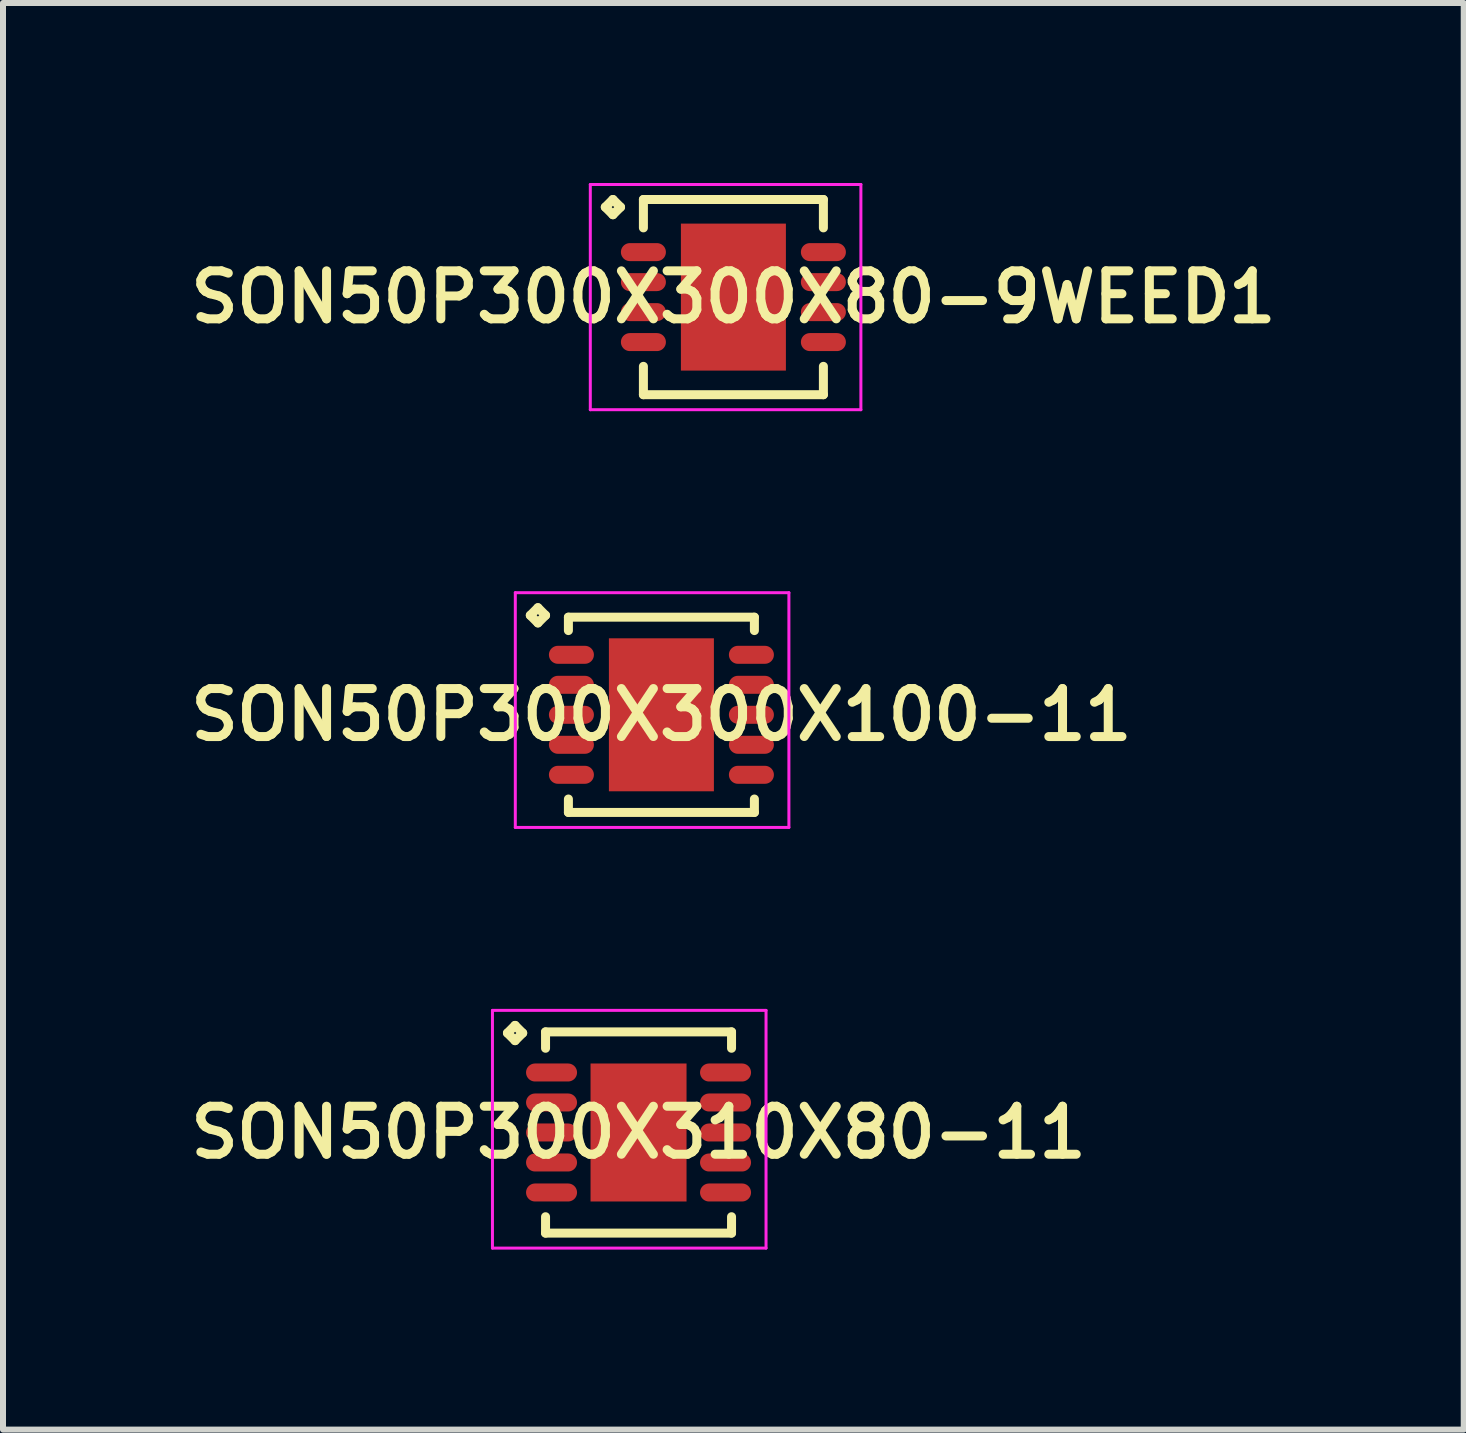
<source format=kicad_pcb>
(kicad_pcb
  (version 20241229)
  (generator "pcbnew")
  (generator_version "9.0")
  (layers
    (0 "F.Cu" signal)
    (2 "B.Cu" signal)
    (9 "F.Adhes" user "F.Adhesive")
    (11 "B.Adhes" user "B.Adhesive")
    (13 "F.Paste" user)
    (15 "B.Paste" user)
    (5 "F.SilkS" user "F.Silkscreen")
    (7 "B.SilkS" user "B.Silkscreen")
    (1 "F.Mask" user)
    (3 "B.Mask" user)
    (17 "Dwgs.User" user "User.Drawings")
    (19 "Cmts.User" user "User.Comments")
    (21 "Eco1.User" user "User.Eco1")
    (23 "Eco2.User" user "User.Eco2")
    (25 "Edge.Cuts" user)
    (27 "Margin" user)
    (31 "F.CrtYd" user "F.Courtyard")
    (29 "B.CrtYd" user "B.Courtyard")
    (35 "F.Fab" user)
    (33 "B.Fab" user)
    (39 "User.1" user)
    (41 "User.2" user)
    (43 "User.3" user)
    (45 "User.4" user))
  (footprint "SON50P300X300X80-9WEED1"
    (layer "F.Cu")
    (at 9.174 1.902)
    (property "Reference" "SON50P300X300X80-9WEED1" (at 0 0 0) (layer "F.SilkS") (effects (font (size 0.8 0.8) (thickness 0.15))))
    (attr smd)
    (fp_line (start -2.135 -1.5) (end -2.008 -1.627) (stroke (width 0.15) (type solid)) (layer "F.SilkS"))
    (fp_line (start -2.008 -1.627) (end -1.881 -1.5) (stroke (width 0.15) (type solid)) (layer "F.SilkS"))
    (fp_line (start -2.008 -1.373) (end -2.135 -1.5) (stroke (width 0.15) (type solid)) (layer "F.SilkS"))
    (fp_line (start -1.881 -1.5) (end -2.008 -1.373) (stroke (width 0.15) (type solid)) (layer "F.SilkS"))
    (fp_line (start -1.5 -1.627) (end 1.5 -1.627) (stroke (width 0.15) (type solid)) (layer "F.SilkS"))
    (fp_line (start -1.5 -1.154) (end -1.5 -1.627) (stroke (width 0.15) (type solid)) (layer "F.SilkS"))
    (fp_line (start -1.5 1.154) (end -1.5 1.627) (stroke (width 0.15) (type solid)) (layer "F.SilkS"))
    (fp_line (start -1.5 1.627) (end 1.5 1.627) (stroke (width 0.15) (type solid)) (layer "F.SilkS"))
    (fp_line (start 1.5 -1.627) (end 1.5 -1.154) (stroke (width 0.15) (type solid)) (layer "F.SilkS"))
    (fp_line (start 1.5 1.627) (end 1.5 1.154) (stroke (width 0.15) (type solid)) (layer "F.SilkS"))
    (fp_line (start -2.385 -1.877) (end 2.125 -1.877) (stroke (width 0.05) (type solid)) (layer "F.CrtYd"))
    (fp_line (start -2.385 1.877) (end -2.385 -1.877) (stroke (width 0.05) (type solid)) (layer "F.CrtYd"))
    (fp_line (start 2.125 -1.877) (end 2.125 1.877) (stroke (width 0.05) (type solid)) (layer "F.CrtYd"))
    (fp_line (start 2.125 1.877) (end -2.385 1.877) (stroke (width 0.05) (type solid)) (layer "F.CrtYd"))
    (pad "1" smd oval (at -1.5 -0.75) (size 0.75 0.3) (layers "F.Cu" "F.Mask" "F.Paste"))
    (pad "2" smd oval (at -1.5 -0.25) (size 0.75 0.3) (layers "F.Cu" "F.Mask" "F.Paste"))
    (pad "3" smd oval (at -1.5 0.25) (size 0.75 0.3) (layers "F.Cu" "F.Mask" "F.Paste"))
    (pad "4" smd oval (at -1.5 0.75) (size 0.75 0.3) (layers "F.Cu" "F.Mask" "F.Paste"))
    (pad "5" smd oval (at 1.5 0.75) (size 0.75 0.3) (layers "F.Cu" "F.Mask" "F.Paste"))
    (pad "6" smd oval (at 1.5 0.25) (size 0.75 0.3) (layers "F.Cu" "F.Mask" "F.Paste"))
    (pad "7" smd oval (at 1.5 -0.25) (size 0.75 0.3) (layers "F.Cu" "F.Mask" "F.Paste"))
    (pad "8" smd oval (at 1.5 -0.75) (size 0.75 0.3) (layers "F.Cu" "F.Mask" "F.Paste"))
    (pad "9" smd rect (at 0 0) (size 1.75 2.45) (layers "F.Cu" "F.Mask" "F.Paste")))
  (footprint "SON50P300X300X100-11"
    (layer "F.Cu")
    (at 7.974 8.864)
    (property "Reference" "SON50P300X300X100-11" (at 0 0 0) (layer "F.SilkS") (effects (font (size 0.8 0.8) (thickness 0.15))))
    (attr smd)
    (fp_line (start -2.185 -1.658) (end -2.058 -1.785) (stroke (width 0.15) (type solid)) (layer "F.SilkS"))
    (fp_line (start -2.058 -1.785) (end -1.931 -1.658) (stroke (width 0.15) (type solid)) (layer "F.SilkS"))
    (fp_line (start -2.058 -1.531) (end -2.185 -1.658) (stroke (width 0.15) (type solid)) (layer "F.SilkS"))
    (fp_line (start -1.931 -1.658) (end -2.058 -1.531) (stroke (width 0.15) (type solid)) (layer "F.SilkS"))
    (fp_line (start -1.55 -1.627) (end 1.55 -1.627) (stroke (width 0.15) (type solid)) (layer "F.SilkS"))
    (fp_line (start -1.55 -1.404) (end -1.55 -1.627) (stroke (width 0.15) (type solid)) (layer "F.SilkS"))
    (fp_line (start -1.55 1.404) (end -1.55 1.627) (stroke (width 0.15) (type solid)) (layer "F.SilkS"))
    (fp_line (start -1.55 1.627) (end 1.55 1.627) (stroke (width 0.15) (type solid)) (layer "F.SilkS"))
    (fp_line (start 1.55 -1.627) (end 1.55 -1.404) (stroke (width 0.15) (type solid)) (layer "F.SilkS"))
    (fp_line (start 1.55 1.627) (end 1.55 1.404) (stroke (width 0.15) (type solid)) (layer "F.SilkS"))
    (fp_line (start -2.435 -2.035) (end 2.125 -2.035) (stroke (width 0.05) (type solid)) (layer "F.CrtYd"))
    (fp_line (start -2.435 1.877) (end -2.435 -2.035) (stroke (width 0.05) (type solid)) (layer "F.CrtYd"))
    (fp_line (start 2.125 -2.035) (end 2.125 1.877) (stroke (width 0.05) (type solid)) (layer "F.CrtYd"))
    (fp_line (start 2.125 1.877) (end -2.435 1.877) (stroke (width 0.05) (type solid)) (layer "F.CrtYd"))
    (pad "1" smd oval (at -1.5 -1) (size 0.75 0.3) (layers "F.Cu" "F.Mask" "F.Paste"))
    (pad "2" smd oval (at -1.5 -0.5) (size 0.75 0.3) (layers "F.Cu" "F.Mask" "F.Paste"))
    (pad "3" smd oval (at -1.5 0) (size 0.75 0.3) (layers "F.Cu" "F.Mask" "F.Paste"))
    (pad "4" smd oval (at -1.5 0.5) (size 0.75 0.3) (layers "F.Cu" "F.Mask" "F.Paste"))
    (pad "5" smd oval (at -1.5 1) (size 0.75 0.3) (layers "F.Cu" "F.Mask" "F.Paste"))
    (pad "6" smd oval (at 1.5 1) (size 0.75 0.3) (layers "F.Cu" "F.Mask" "F.Paste"))
    (pad "7" smd oval (at 1.5 0.5) (size 0.75 0.3) (layers "F.Cu" "F.Mask" "F.Paste"))
    (pad "8" smd oval (at 1.5 0) (size 0.75 0.3) (layers "F.Cu" "F.Mask" "F.Paste"))
    (pad "9" smd oval (at 1.5 -0.5) (size 0.75 0.3) (layers "F.Cu" "F.Mask" "F.Paste"))
    (pad "10" smd oval (at 1.5 -1) (size 0.75 0.3) (layers "F.Cu" "F.Mask" "F.Paste"))
    (pad "11" smd rect (at 0 0) (size 1.75 2.55) (layers "F.Cu" "F.Mask" "F.Paste")))
  (footprint "SON50P300X310X80-11"
    (layer "F.Cu")
    (at 7.593 15.826)
    (property "Reference" "SON50P300X310X80-11" (at 0 0 0) (layer "F.SilkS") (effects (font (size 0.8 0.8) (thickness 0.15))))
    (attr smd)
    (fp_line (start -2.185 -1.658) (end -2.058 -1.785) (stroke (width 0.15) (type solid)) (layer "F.SilkS"))
    (fp_line (start -2.058 -1.785) (end -1.931 -1.658) (stroke (width 0.15) (type solid)) (layer "F.SilkS"))
    (fp_line (start -2.058 -1.531) (end -2.185 -1.658) (stroke (width 0.15) (type solid)) (layer "F.SilkS"))
    (fp_line (start -1.931 -1.658) (end -2.058 -1.531) (stroke (width 0.15) (type solid)) (layer "F.SilkS"))
    (fp_line (start -1.55 -1.677) (end 1.55 -1.677) (stroke (width 0.15) (type solid)) (layer "F.SilkS"))
    (fp_line (start -1.55 -1.404) (end -1.55 -1.677) (stroke (width 0.15) (type solid)) (layer "F.SilkS"))
    (fp_line (start -1.55 1.404) (end -1.55 1.677) (stroke (width 0.15) (type solid)) (layer "F.SilkS"))
    (fp_line (start -1.55 1.677) (end 1.55 1.677) (stroke (width 0.15) (type solid)) (layer "F.SilkS"))
    (fp_line (start 1.55 -1.677) (end 1.55 -1.404) (stroke (width 0.15) (type solid)) (layer "F.SilkS"))
    (fp_line (start 1.55 1.677) (end 1.55 1.404) (stroke (width 0.15) (type solid)) (layer "F.SilkS"))
    (fp_line (start -2.435 -2.035) (end 2.125 -2.035) (stroke (width 0.05) (type solid)) (layer "F.CrtYd"))
    (fp_line (start -2.435 1.927) (end -2.435 -2.035) (stroke (width 0.05) (type solid)) (layer "F.CrtYd"))
    (fp_line (start 2.125 -2.035) (end 2.125 1.927) (stroke (width 0.05) (type solid)) (layer "F.CrtYd"))
    (fp_line (start 2.125 1.927) (end -2.435 1.927) (stroke (width 0.05) (type solid)) (layer "F.CrtYd"))
    (pad "1" smd oval (at -1.45 -1) (size 0.85 0.3) (layers "F.Cu" "F.Mask" "F.Paste"))
    (pad "2" smd oval (at -1.45 -0.5) (size 0.85 0.3) (layers "F.Cu" "F.Mask" "F.Paste"))
    (pad "3" smd oval (at -1.45 0) (size 0.85 0.3) (layers "F.Cu" "F.Mask" "F.Paste"))
    (pad "4" smd oval (at -1.45 0.5) (size 0.85 0.3) (layers "F.Cu" "F.Mask" "F.Paste"))
    (pad "5" smd oval (at -1.45 1) (size 0.85 0.3) (layers "F.Cu" "F.Mask" "F.Paste"))
    (pad "6" smd oval (at 1.45 1) (size 0.85 0.3) (layers "F.Cu" "F.Mask" "F.Paste"))
    (pad "7" smd oval (at 1.45 0.5) (size 0.85 0.3) (layers "F.Cu" "F.Mask" "F.Paste"))
    (pad "8" smd oval (at 1.45 0) (size 0.85 0.3) (layers "F.Cu" "F.Mask" "F.Paste"))
    (pad "9" smd oval (at 1.45 -0.5) (size 0.85 0.3) (layers "F.Cu" "F.Mask" "F.Paste"))
    (pad "10" smd oval (at 1.45 -1) (size 0.85 0.3) (layers "F.Cu" "F.Mask" "F.Paste"))
    (pad "11" smd rect (at 0 0) (size 1.6 2.3) (layers "F.Cu" "F.Mask" "F.Paste")))
  (gr_rect
    (start -3 -3)
    (end 21.347 20.778)
    (stroke (width 0.1) (type default))
    (fill no)
    (layer "Edge.Cuts")))
</source>
